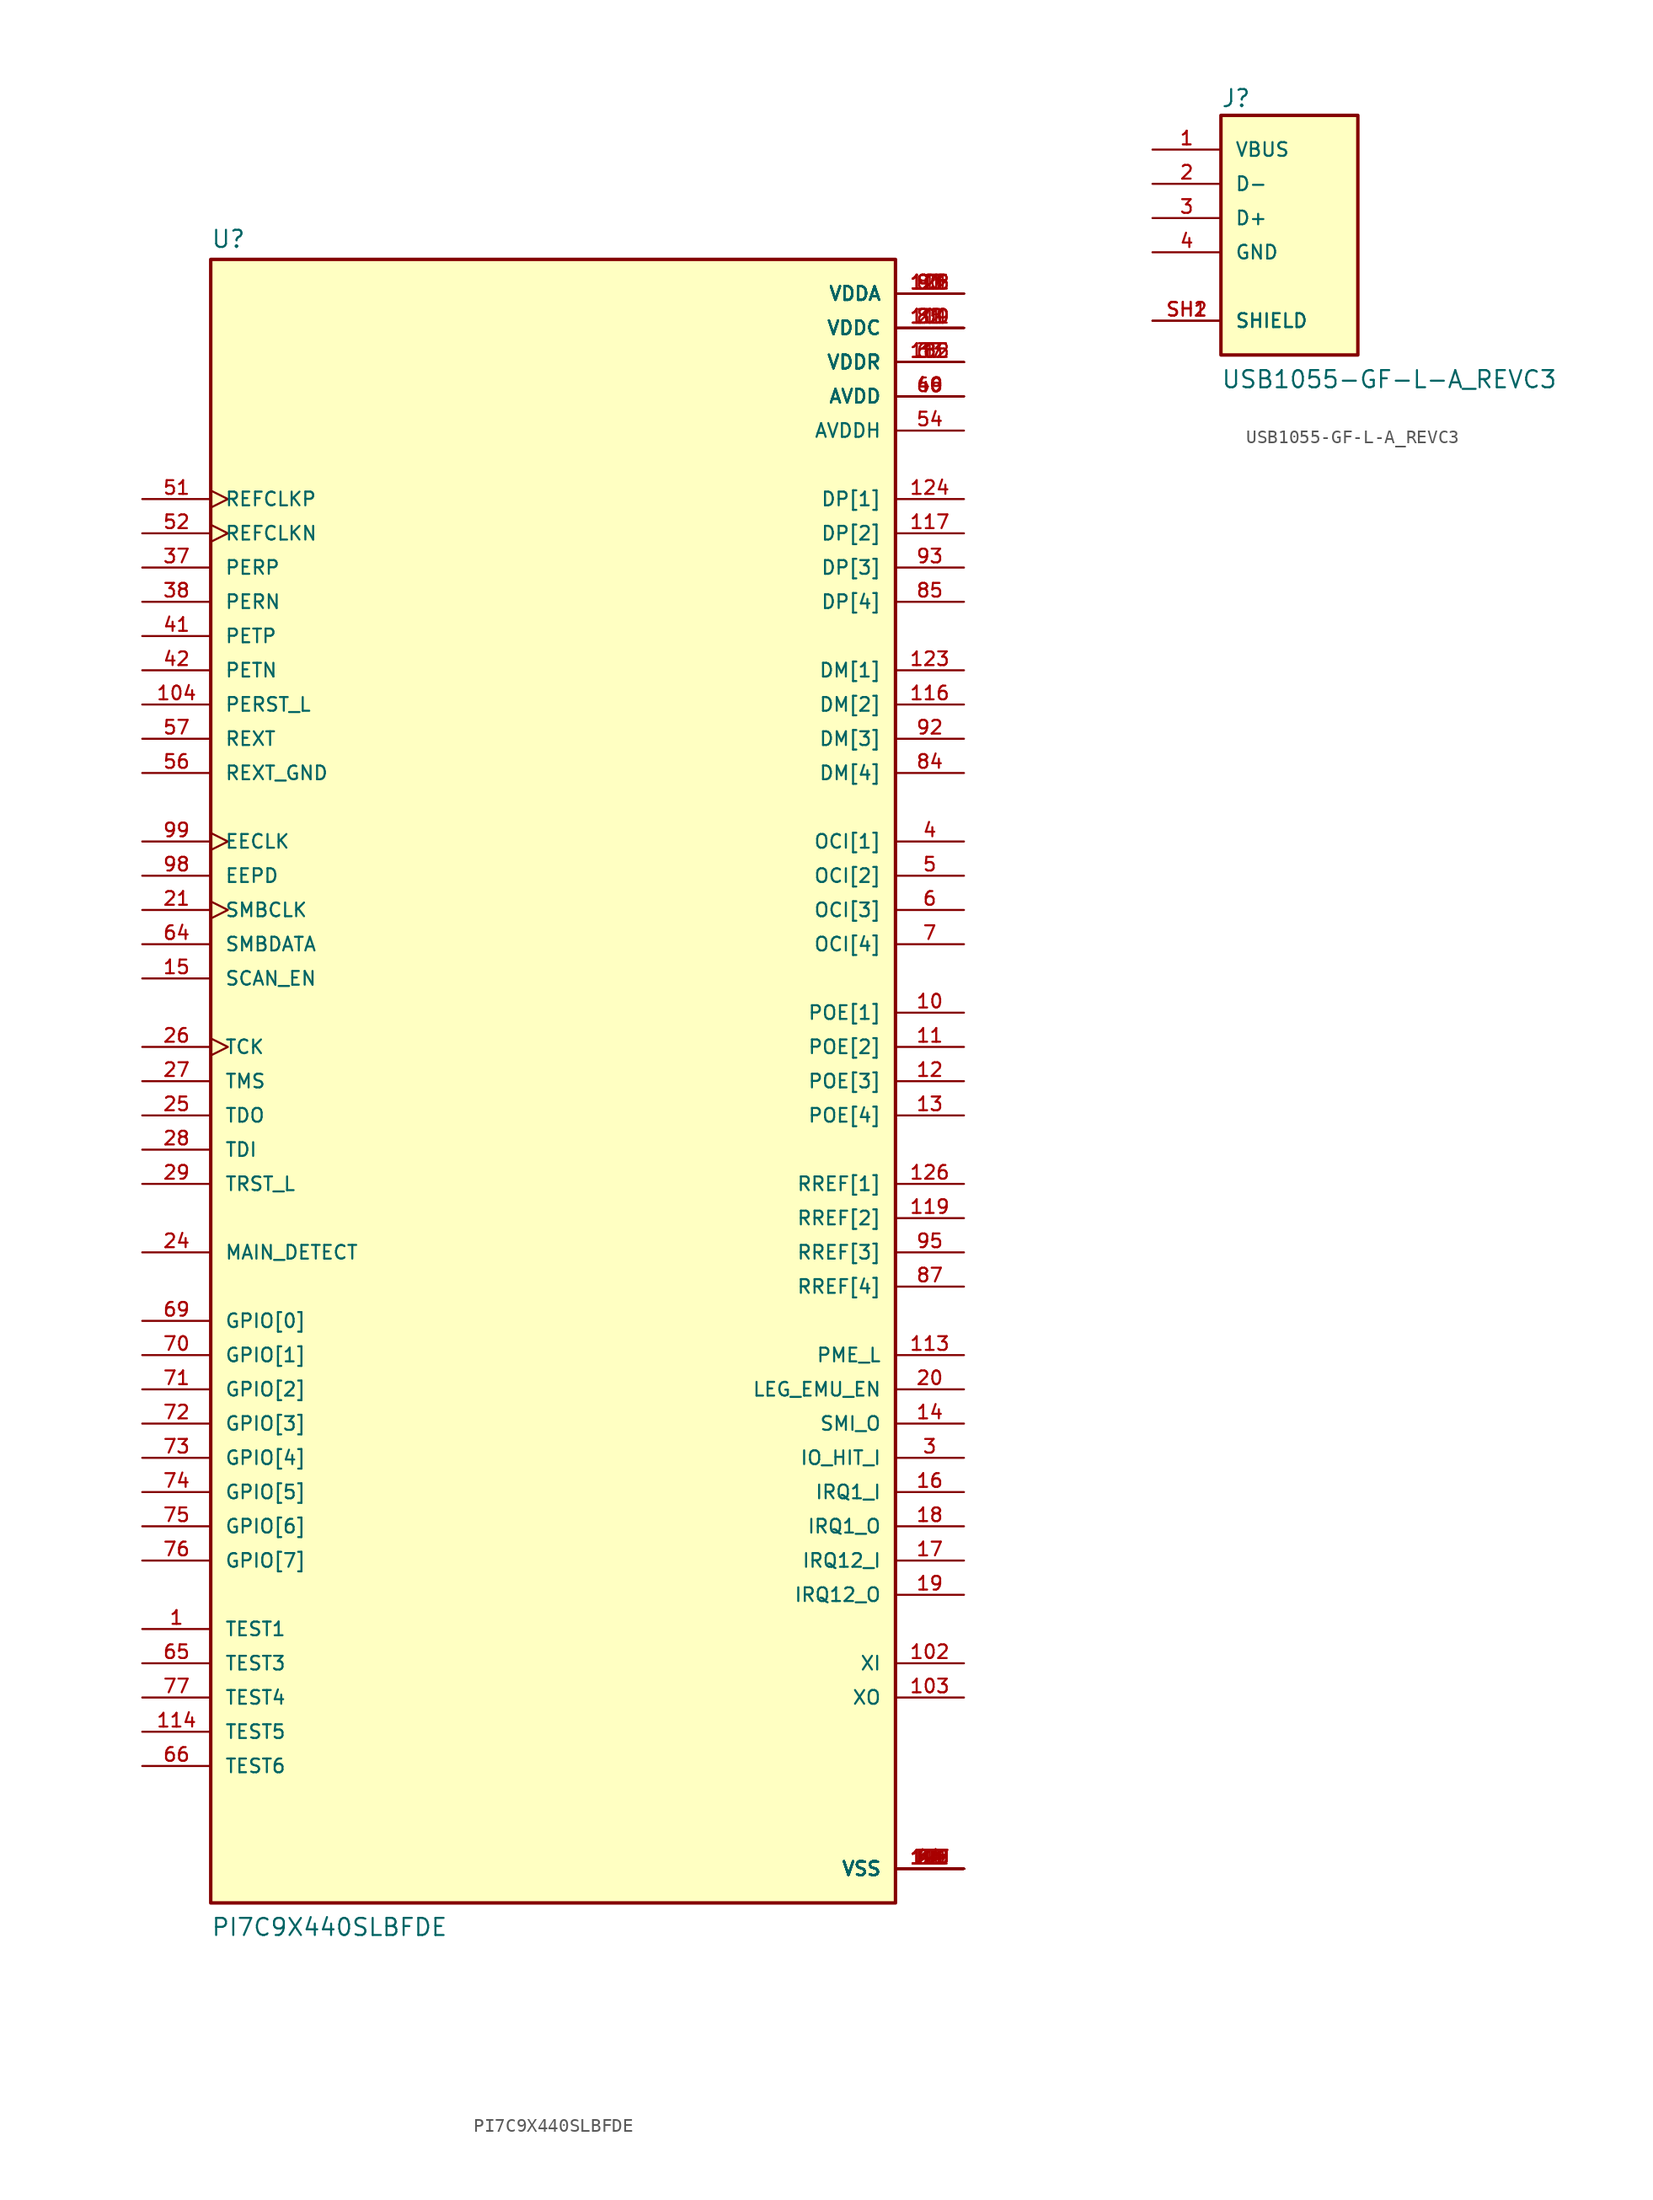
<source format=kicad_sym>
(kicad_symbol_lib
  (version 20231120)
  (generator "kicad_symbol_editor")
  (generator_version "8.0")
  (symbol "PI7C9X440SLBFDE"
    (pin_names
      (offset 1.016))
    (property "Reference" "U"
      (at -25.4 61.722 0)
      (effects (font (size 1.27 1.27)) (justify left bottom)))
    (property "Value" "PI7C9X440SLBFDE"
      (at -25.4 -63.5 0)
      (effects (font (size 1.27 1.27)) (justify left bottom)))
    (symbol "PI7C9X440SLBFDE_0_0"
      (rectangle (start -25.4 -60.96) (end 25.4 60.96) (stroke (width 0.254) (type default)) (fill (type background)))
      (pin input line (at -30.48 -40.64 0) (length 5.08) (name "TEST1" (effects (font (size 1.016 1.016)))) (number "1" (effects (font (size 1.016 1.016)))))
      (pin output line (at 30.48 5.08 180) (length 5.08) (name "POE[1]" (effects (font (size 1.016 1.016)))) (number "10" (effects (font (size 1.016 1.016)))))
      (pin power_in line (at 30.48 55.88 180) (length 5.08) (name "VDDC" (effects (font (size 1.016 1.016)))) (number "100" (effects (font (size 1.016 1.016)))))
      (pin power_in line (at 30.48 -58.42 180) (length 5.08) (name "VSS" (effects (font (size 1.016 1.016)))) (number "101" (effects (font (size 1.016 1.016)))))
      (pin input line (at 30.48 -43.18 180) (length 5.08) (name "XI" (effects (font (size 1.016 1.016)))) (number "102" (effects (font (size 1.016 1.016)))))
      (pin output line (at 30.48 -45.72 180) (length 5.08) (name "XO" (effects (font (size 1.016 1.016)))) (number "103" (effects (font (size 1.016 1.016)))))
      (pin input line (at -30.48 27.94 0) (length 5.08) (name "PERST_L" (effects (font (size 1.016 1.016)))) (number "104" (effects (font (size 1.016 1.016)))))
      (pin power_in line (at 30.48 53.34 180) (length 5.08) (name "VDDR" (effects (font (size 1.016 1.016)))) (number "105" (effects (font (size 1.016 1.016)))))
      (pin power_in line (at 30.48 -58.42 180) (length 5.08) (name "VSS" (effects (font (size 1.016 1.016)))) (number "106" (effects (font (size 1.016 1.016)))))
      (pin power_in line (at 30.48 55.88 180) (length 5.08) (name "VDDC" (effects (font (size 1.016 1.016)))) (number "109" (effects (font (size 1.016 1.016)))))
      (pin output line (at 30.48 2.54 180) (length 5.08) (name "POE[2]" (effects (font (size 1.016 1.016)))) (number "11" (effects (font (size 1.016 1.016)))))
      (pin power_in line (at 30.48 -58.42 180) (length 5.08) (name "VSS" (effects (font (size 1.016 1.016)))) (number "110" (effects (font (size 1.016 1.016)))))
      (pin power_in line (at 30.48 55.88 180) (length 5.08) (name "VDDC" (effects (font (size 1.016 1.016)))) (number "111" (effects (font (size 1.016 1.016)))))
      (pin power_in line (at 30.48 53.34 180) (length 5.08) (name "VDDR" (effects (font (size 1.016 1.016)))) (number "112" (effects (font (size 1.016 1.016)))))
      (pin output line (at 30.48 -20.32 180) (length 5.08) (name "PME_L" (effects (font (size 1.016 1.016)))) (number "113" (effects (font (size 1.016 1.016)))))
      (pin input line (at -30.48 -48.26 0) (length 5.08) (name "TEST5" (effects (font (size 1.016 1.016)))) (number "114" (effects (font (size 1.016 1.016)))))
      (pin power_in line (at 30.48 58.42 180) (length 5.08) (name "VDDA" (effects (font (size 1.016 1.016)))) (number "115" (effects (font (size 1.016 1.016)))))
      (pin bidirectional line (at 30.48 27.94 180) (length 5.08) (name "DM[2]" (effects (font (size 1.016 1.016)))) (number "116" (effects (font (size 1.016 1.016)))))
      (pin bidirectional line (at 30.48 40.64 180) (length 5.08) (name "DP[2]" (effects (font (size 1.016 1.016)))) (number "117" (effects (font (size 1.016 1.016)))))
      (pin power_in line (at 30.48 -58.42 180) (length 5.08) (name "VSS" (effects (font (size 1.016 1.016)))) (number "118" (effects (font (size 1.016 1.016)))))
      (pin bidirectional line (at 30.48 -10.16 180) (length 5.08) (name "RREF[2]" (effects (font (size 1.016 1.016)))) (number "119" (effects (font (size 1.016 1.016)))))
      (pin output line (at 30.48 0 180) (length 5.08) (name "POE[3]" (effects (font (size 1.016 1.016)))) (number "12" (effects (font (size 1.016 1.016)))))
      (pin power_in line (at 30.48 -58.42 180) (length 5.08) (name "VSS" (effects (font (size 1.016 1.016)))) (number "120" (effects (font (size 1.016 1.016)))))
      (pin power_in line (at 30.48 58.42 180) (length 5.08) (name "VDDA" (effects (font (size 1.016 1.016)))) (number "121" (effects (font (size 1.016 1.016)))))
      (pin power_in line (at 30.48 58.42 180) (length 5.08) (name "VDDA" (effects (font (size 1.016 1.016)))) (number "122" (effects (font (size 1.016 1.016)))))
      (pin bidirectional line (at 30.48 30.48 180) (length 5.08) (name "DM[1]" (effects (font (size 1.016 1.016)))) (number "123" (effects (font (size 1.016 1.016)))))
      (pin bidirectional line (at 30.48 43.18 180) (length 5.08) (name "DP[1]" (effects (font (size 1.016 1.016)))) (number "124" (effects (font (size 1.016 1.016)))))
      (pin power_in line (at 30.48 -58.42 180) (length 5.08) (name "VSS" (effects (font (size 1.016 1.016)))) (number "125" (effects (font (size 1.016 1.016)))))
      (pin bidirectional line (at 30.48 -7.62 180) (length 5.08) (name "RREF[1]" (effects (font (size 1.016 1.016)))) (number "126" (effects (font (size 1.016 1.016)))))
      (pin power_in line (at 30.48 -58.42 180) (length 5.08) (name "VSS" (effects (font (size 1.016 1.016)))) (number "127" (effects (font (size 1.016 1.016)))))
      (pin power_in line (at 30.48 58.42 180) (length 5.08) (name "VDDA" (effects (font (size 1.016 1.016)))) (number "128" (effects (font (size 1.016 1.016)))))
      (pin power_in line (at 30.48 -58.42 180) (length 5.08) (name "VSS" (effects (font (size 1.016 1.016)))) (number "129" (effects (font (size 1.016 1.016)))))
      (pin output line (at 30.48 -2.54 180) (length 5.08) (name "POE[4]" (effects (font (size 1.016 1.016)))) (number "13" (effects (font (size 1.016 1.016)))))
      (pin output line (at 30.48 -25.4 180) (length 5.08) (name "SMI_O" (effects (font (size 1.016 1.016)))) (number "14" (effects (font (size 1.016 1.016)))))
      (pin bidirectional line (at -30.48 7.62 0) (length 5.08) (name "SCAN_EN" (effects (font (size 1.016 1.016)))) (number "15" (effects (font (size 1.016 1.016)))))
      (pin input line (at 30.48 -30.48 180) (length 5.08) (name "IRQ1_I" (effects (font (size 1.016 1.016)))) (number "16" (effects (font (size 1.016 1.016)))))
      (pin input line (at 30.48 -35.56 180) (length 5.08) (name "IRQ12_I" (effects (font (size 1.016 1.016)))) (number "17" (effects (font (size 1.016 1.016)))))
      (pin output line (at 30.48 -33.02 180) (length 5.08) (name "IRQ1_O" (effects (font (size 1.016 1.016)))) (number "18" (effects (font (size 1.016 1.016)))))
      (pin output line (at 30.48 -38.1 180) (length 5.08) (name "IRQ12_O" (effects (font (size 1.016 1.016)))) (number "19" (effects (font (size 1.016 1.016)))))
      (pin output line (at 30.48 -22.86 180) (length 5.08) (name "LEG_EMU_EN" (effects (font (size 1.016 1.016)))) (number "20" (effects (font (size 1.016 1.016)))))
      (pin input clock (at -30.48 12.7 0) (length 5.08) (name "SMBCLK" (effects (font (size 1.016 1.016)))) (number "21" (effects (font (size 1.016 1.016)))))
      (pin power_in line (at 30.48 55.88 180) (length 5.08) (name "VDDC" (effects (font (size 1.016 1.016)))) (number "22" (effects (font (size 1.016 1.016)))))
      (pin power_in line (at 30.48 -58.42 180) (length 5.08) (name "VSS" (effects (font (size 1.016 1.016)))) (number "23" (effects (font (size 1.016 1.016)))))
      (pin input line (at -30.48 -12.7 0) (length 5.08) (name "MAIN_DETECT" (effects (font (size 1.016 1.016)))) (number "24" (effects (font (size 1.016 1.016)))))
      (pin output line (at -30.48 -2.54 0) (length 5.08) (name "TDO" (effects (font (size 1.016 1.016)))) (number "25" (effects (font (size 1.016 1.016)))))
      (pin input clock (at -30.48 2.54 0) (length 5.08) (name "TCK" (effects (font (size 1.016 1.016)))) (number "26" (effects (font (size 1.016 1.016)))))
      (pin input line (at -30.48 0 0) (length 5.08) (name "TMS" (effects (font (size 1.016 1.016)))) (number "27" (effects (font (size 1.016 1.016)))))
      (pin input line (at -30.48 -5.08 0) (length 5.08) (name "TDI" (effects (font (size 1.016 1.016)))) (number "28" (effects (font (size 1.016 1.016)))))
      (pin input line (at -30.48 -7.62 0) (length 5.08) (name "TRST_L" (effects (font (size 1.016 1.016)))) (number "29" (effects (font (size 1.016 1.016)))))
      (pin input line (at 30.48 -27.94 180) (length 5.08) (name "IO_HIT_I" (effects (font (size 1.016 1.016)))) (number "3" (effects (font (size 1.016 1.016)))))
      (pin power_in line (at 30.48 53.34 180) (length 5.08) (name "VDDR" (effects (font (size 1.016 1.016)))) (number "33" (effects (font (size 1.016 1.016)))))
      (pin power_in line (at 30.48 -58.42 180) (length 5.08) (name "VSS" (effects (font (size 1.016 1.016)))) (number "34" (effects (font (size 1.016 1.016)))))
      (pin power_in line (at 30.48 55.88 180) (length 5.08) (name "VDDC" (effects (font (size 1.016 1.016)))) (number "35" (effects (font (size 1.016 1.016)))))
      (pin power_in line (at 30.48 -58.42 180) (length 5.08) (name "VSS" (effects (font (size 1.016 1.016)))) (number "36" (effects (font (size 1.016 1.016)))))
      (pin input line (at -30.48 38.1 0) (length 5.08) (name "PERP" (effects (font (size 1.016 1.016)))) (number "37" (effects (font (size 1.016 1.016)))))
      (pin input line (at -30.48 35.56 0) (length 5.08) (name "PERN" (effects (font (size 1.016 1.016)))) (number "38" (effects (font (size 1.016 1.016)))))
      (pin power_in line (at 30.48 -58.42 180) (length 5.08) (name "VSS" (effects (font (size 1.016 1.016)))) (number "39" (effects (font (size 1.016 1.016)))))
      (pin input line (at 30.48 17.78 180) (length 5.08) (name "OCI[1]" (effects (font (size 1.016 1.016)))) (number "4" (effects (font (size 1.016 1.016)))))
      (pin power_in line (at 30.48 50.8 180) (length 5.08) (name "AVDD" (effects (font (size 1.016 1.016)))) (number "40" (effects (font (size 1.016 1.016)))))
      (pin output line (at -30.48 33.02 0) (length 5.08) (name "PETP" (effects (font (size 1.016 1.016)))) (number "41" (effects (font (size 1.016 1.016)))))
      (pin output line (at -30.48 30.48 0) (length 5.08) (name "PETN" (effects (font (size 1.016 1.016)))) (number "42" (effects (font (size 1.016 1.016)))))
      (pin power_in line (at 30.48 -58.42 180) (length 5.08) (name "VSS" (effects (font (size 1.016 1.016)))) (number "45" (effects (font (size 1.016 1.016)))))
      (pin power_in line (at 30.48 50.8 180) (length 5.08) (name "AVDD" (effects (font (size 1.016 1.016)))) (number "46" (effects (font (size 1.016 1.016)))))
      (pin power_in line (at 30.48 50.8 180) (length 5.08) (name "AVDD" (effects (font (size 1.016 1.016)))) (number "49" (effects (font (size 1.016 1.016)))))
      (pin input line (at 30.48 15.24 180) (length 5.08) (name "OCI[2]" (effects (font (size 1.016 1.016)))) (number "5" (effects (font (size 1.016 1.016)))))
      (pin power_in line (at 30.48 -58.42 180) (length 5.08) (name "VSS" (effects (font (size 1.016 1.016)))) (number "50" (effects (font (size 1.016 1.016)))))
      (pin input clock (at -30.48 43.18 0) (length 5.08) (name "REFCLKP" (effects (font (size 1.016 1.016)))) (number "51" (effects (font (size 1.016 1.016)))))
      (pin input clock (at -30.48 40.64 0) (length 5.08) (name "REFCLKN" (effects (font (size 1.016 1.016)))) (number "52" (effects (font (size 1.016 1.016)))))
      (pin power_in line (at 30.48 -58.42 180) (length 5.08) (name "VSS" (effects (font (size 1.016 1.016)))) (number "53" (effects (font (size 1.016 1.016)))))
      (pin power_in line (at 30.48 48.26 180) (length 5.08) (name "AVDDH" (effects (font (size 1.016 1.016)))) (number "54" (effects (font (size 1.016 1.016)))))
      (pin input line (at -30.48 22.86 0) (length 5.08) (name "REXT_GND" (effects (font (size 1.016 1.016)))) (number "56" (effects (font (size 1.016 1.016)))))
      (pin input line (at -30.48 25.4 0) (length 5.08) (name "REXT" (effects (font (size 1.016 1.016)))) (number "57" (effects (font (size 1.016 1.016)))))
      (pin input line (at 30.48 12.7 180) (length 5.08) (name "OCI[3]" (effects (font (size 1.016 1.016)))) (number "6" (effects (font (size 1.016 1.016)))))
      (pin power_in line (at 30.48 50.8 180) (length 5.08) (name "AVDD" (effects (font (size 1.016 1.016)))) (number "60" (effects (font (size 1.016 1.016)))))
      (pin power_in line (at 30.48 -58.42 180) (length 5.08) (name "VSS" (effects (font (size 1.016 1.016)))) (number "61" (effects (font (size 1.016 1.016)))))
      (pin bidirectional line (at -30.48 10.16 0) (length 5.08) (name "SMBDATA" (effects (font (size 1.016 1.016)))) (number "64" (effects (font (size 1.016 1.016)))))
      (pin input line (at -30.48 -43.18 0) (length 5.08) (name "TEST3" (effects (font (size 1.016 1.016)))) (number "65" (effects (font (size 1.016 1.016)))))
      (pin input line (at -30.48 -50.8 0) (length 5.08) (name "TEST6" (effects (font (size 1.016 1.016)))) (number "66" (effects (font (size 1.016 1.016)))))
      (pin power_in line (at 30.48 53.34 180) (length 5.08) (name "VDDR" (effects (font (size 1.016 1.016)))) (number "67" (effects (font (size 1.016 1.016)))))
      (pin power_in line (at 30.48 -58.42 180) (length 5.08) (name "VSS" (effects (font (size 1.016 1.016)))) (number "68" (effects (font (size 1.016 1.016)))))
      (pin bidirectional line (at -30.48 -17.78 0) (length 5.08) (name "GPIO[0]" (effects (font (size 1.016 1.016)))) (number "69" (effects (font (size 1.016 1.016)))))
      (pin input line (at 30.48 10.16 180) (length 5.08) (name "OCI[4]" (effects (font (size 1.016 1.016)))) (number "7" (effects (font (size 1.016 1.016)))))
      (pin bidirectional line (at -30.48 -20.32 0) (length 5.08) (name "GPIO[1]" (effects (font (size 1.016 1.016)))) (number "70" (effects (font (size 1.016 1.016)))))
      (pin bidirectional line (at -30.48 -22.86 0) (length 5.08) (name "GPIO[2]" (effects (font (size 1.016 1.016)))) (number "71" (effects (font (size 1.016 1.016)))))
      (pin bidirectional line (at -30.48 -25.4 0) (length 5.08) (name "GPIO[3]" (effects (font (size 1.016 1.016)))) (number "72" (effects (font (size 1.016 1.016)))))
      (pin bidirectional line (at -30.48 -27.94 0) (length 5.08) (name "GPIO[4]" (effects (font (size 1.016 1.016)))) (number "73" (effects (font (size 1.016 1.016)))))
      (pin bidirectional line (at -30.48 -30.48 0) (length 5.08) (name "GPIO[5]" (effects (font (size 1.016 1.016)))) (number "74" (effects (font (size 1.016 1.016)))))
      (pin bidirectional line (at -30.48 -33.02 0) (length 5.08) (name "GPIO[6]" (effects (font (size 1.016 1.016)))) (number "75" (effects (font (size 1.016 1.016)))))
      (pin bidirectional line (at -30.48 -35.56 0) (length 5.08) (name "GPIO[7]" (effects (font (size 1.016 1.016)))) (number "76" (effects (font (size 1.016 1.016)))))
      (pin input line (at -30.48 -45.72 0) (length 5.08) (name "TEST4" (effects (font (size 1.016 1.016)))) (number "77" (effects (font (size 1.016 1.016)))))
      (pin power_in line (at 30.48 53.34 180) (length 5.08) (name "VDDR" (effects (font (size 1.016 1.016)))) (number "8" (effects (font (size 1.016 1.016)))))
      (pin power_in line (at 30.48 55.88 180) (length 5.08) (name "VDDC" (effects (font (size 1.016 1.016)))) (number "81" (effects (font (size 1.016 1.016)))))
      (pin power_in line (at 30.48 -58.42 180) (length 5.08) (name "VSS" (effects (font (size 1.016 1.016)))) (number "82" (effects (font (size 1.016 1.016)))))
      (pin power_in line (at 30.48 58.42 180) (length 5.08) (name "VDDA" (effects (font (size 1.016 1.016)))) (number "83" (effects (font (size 1.016 1.016)))))
      (pin bidirectional line (at 30.48 22.86 180) (length 5.08) (name "DM[4]" (effects (font (size 1.016 1.016)))) (number "84" (effects (font (size 1.016 1.016)))))
      (pin bidirectional line (at 30.48 35.56 180) (length 5.08) (name "DP[4]" (effects (font (size 1.016 1.016)))) (number "85" (effects (font (size 1.016 1.016)))))
      (pin power_in line (at 30.48 -58.42 180) (length 5.08) (name "VSS" (effects (font (size 1.016 1.016)))) (number "86" (effects (font (size 1.016 1.016)))))
      (pin bidirectional line (at 30.48 -15.24 180) (length 5.08) (name "RREF[4]" (effects (font (size 1.016 1.016)))) (number "87" (effects (font (size 1.016 1.016)))))
      (pin power_in line (at 30.48 -58.42 180) (length 5.08) (name "VSS" (effects (font (size 1.016 1.016)))) (number "89" (effects (font (size 1.016 1.016)))))
      (pin power_in line (at 30.48 -58.42 180) (length 5.08) (name "VSS" (effects (font (size 1.016 1.016)))) (number "9" (effects (font (size 1.016 1.016)))))
      (pin power_in line (at 30.48 58.42 180) (length 5.08) (name "VDDA" (effects (font (size 1.016 1.016)))) (number "90" (effects (font (size 1.016 1.016)))))
      (pin power_in line (at 30.48 58.42 180) (length 5.08) (name "VDDA" (effects (font (size 1.016 1.016)))) (number "91" (effects (font (size 1.016 1.016)))))
      (pin bidirectional line (at 30.48 25.4 180) (length 5.08) (name "DM[3]" (effects (font (size 1.016 1.016)))) (number "92" (effects (font (size 1.016 1.016)))))
      (pin bidirectional line (at 30.48 38.1 180) (length 5.08) (name "DP[3]" (effects (font (size 1.016 1.016)))) (number "93" (effects (font (size 1.016 1.016)))))
      (pin power_in line (at 30.48 -58.42 180) (length 5.08) (name "VSS" (effects (font (size 1.016 1.016)))) (number "94" (effects (font (size 1.016 1.016)))))
      (pin bidirectional line (at 30.48 -12.7 180) (length 5.08) (name "RREF[3]" (effects (font (size 1.016 1.016)))) (number "95" (effects (font (size 1.016 1.016)))))
      (pin power_in line (at 30.48 -58.42 180) (length 5.08) (name "VSS" (effects (font (size 1.016 1.016)))) (number "96" (effects (font (size 1.016 1.016)))))
      (pin power_in line (at 30.48 58.42 180) (length 5.08) (name "VDDA" (effects (font (size 1.016 1.016)))) (number "97" (effects (font (size 1.016 1.016)))))
      (pin bidirectional line (at -30.48 15.24 0) (length 5.08) (name "EEPD" (effects (font (size 1.016 1.016)))) (number "98" (effects (font (size 1.016 1.016)))))
      (pin output clock (at -30.48 17.78 0) (length 5.08) (name "EECLK" (effects (font (size 1.016 1.016)))) (number "99" (effects (font (size 1.016 1.016)))))))
  (symbol "USB1055-GF-L-A_REVC3"
    (pin_names
      (offset 1.016))
    (property "Reference" "J"
      (at -5.088 8.141 0)
      (effects (font (size 1.27 1.27)) (justify left bottom)))
    (property "Value" "USB1055-GF-L-A_REVC3"
      (at -5.088 -12.716 0)
      (effects (font (size 1.27 1.27)) (justify left bottom)))
    (symbol "USB1055-GF-L-A_REVC3_0_0"
      (rectangle (start -5.08 7.62) (end 5.08 -10.16) (stroke (width 0.254) (type default)) (fill (type background)))
      (pin power_in line (at -10.16 5.08 0) (length 5.08) (name "VBUS" (effects (font (size 1.016 1.016)))) (number "1" (effects (font (size 1.016 1.016)))))
      (pin bidirectional line (at -10.16 2.54 0) (length 5.08) (name "D-" (effects (font (size 1.016 1.016)))) (number "2" (effects (font (size 1.016 1.016)))))
      (pin bidirectional line (at -10.16 0 0) (length 5.08) (name "D+" (effects (font (size 1.016 1.016)))) (number "3" (effects (font (size 1.016 1.016)))))
      (pin power_in line (at -10.16 -2.54 0) (length 5.08) (name "GND" (effects (font (size 1.016 1.016)))) (number "4" (effects (font (size 1.016 1.016)))))
      (pin power_in line (at -10.16 -7.62 0) (length 5.08) (name "SHIELD" (effects (font (size 1.016 1.016)))) (number "SH1" (effects (font (size 1.016 1.016)))))
      (pin power_in line (at -10.16 -7.62 0) (length 5.08) (name "SHIELD" (effects (font (size 1.016 1.016)))) (number "SH2" (effects (font (size 1.016 1.016))))))))
</source>
